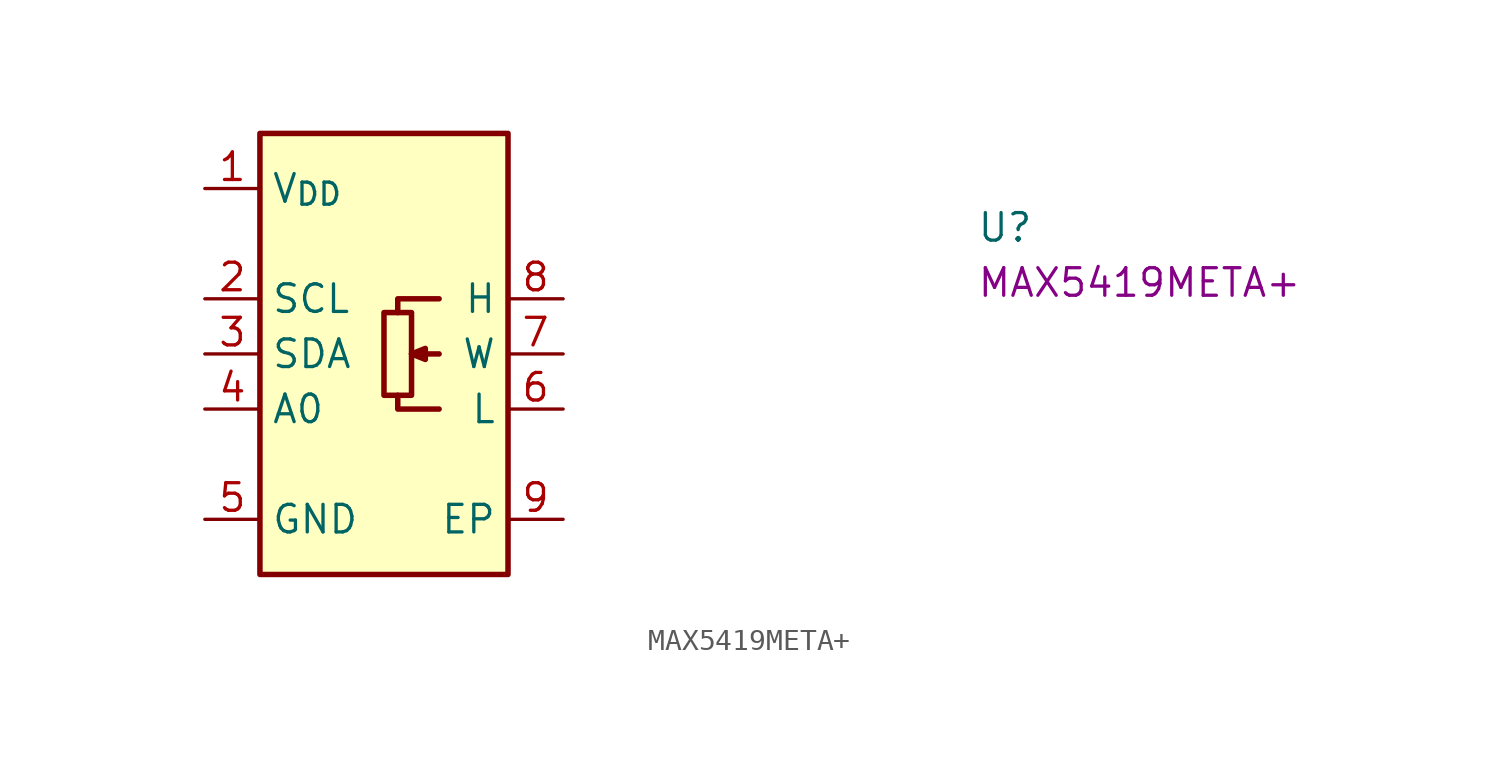
<source format=kicad_sym>
(kicad_symbol_lib
  (version 20220914)
  (generator kicad_symbol_editor)
  (symbol "MAX5419META+"
    (property "Reference" "U"
      (at 35.56 -2.54 0)
      (effects (font (size 1.27 1.27) (thickness 0.15)) (justify left bottom)))
    (property "MPN" "MAX5419META+"
      (at 35.56 -5.08 0)
      (effects (font (size 1.27 1.27) (thickness 0.15)) (justify left bottom)))
    (symbol "MAX5419META+_1_1"
      (polyline (pts (xy 10.795 -7.62) (xy 9.525 -7.62)) (stroke (width 0.254) (type default)) (fill (type background)))
      (polyline (pts (xy 8.89 -9.525) (xy 8.89 -10.16) (xy 10.795 -10.16)) (stroke (width 0.254) (type default)) (fill (type background)))
      (polyline (pts (xy 10.795 -5.08) (xy 8.89 -5.08) (xy 8.89 -5.715)) (stroke (width 0.254) (type default)) (fill (type background)))
      (polyline (pts (xy 9.525 -7.62) (xy 10.16 -7.366) (xy 10.16 -7.874) (xy 9.525 -7.62)) (stroke (width 0.254) (type default)) (fill (type background)))
      (rectangle (start 2.54 2.54) (end 13.97 -17.78) (stroke (width 0.254) (type default)) (fill (type background)))
      (rectangle (start 9.525 -5.715) (end 8.255 -9.525) (stroke (width 0.254) (type default)) (fill (type background)))
      (pin power_in line (at 0 0 0) (length 2.54) (name "V_{DD}" (effects (font (size 1.27 1.27)))) (number "1" (effects (font (size 1.27 1.27)))))
      (pin input line (at 0 -5.08 0) (length 2.54) (name "SCL" (effects (font (size 1.27 1.27)))) (number "2" (effects (font (size 1.27 1.27)))) (alternate "NC" no_connect line))
      (pin bidirectional line (at 0 -7.62 0) (length 2.54) (name "SDA" (effects (font (size 1.27 1.27)))) (number "3" (effects (font (size 1.27 1.27)))) (alternate "SDA" bidirectional line))
      (pin passive line (at 0 -10.16 0) (length 2.54) (name "A0" (effects (font (size 1.27 1.27)))) (number "4" (effects (font (size 1.27 1.27)))) (alternate "SCL" input line))
      (pin power_in line (at 0 -15.24 0) (length 2.54) (name "GND" (effects (font (size 1.27 1.27)))) (number "5" (effects (font (size 1.27 1.27)))))
      (pin passive line (at 16.51 -10.16 180) (length 2.54) (name "L" (effects (font (size 1.27 1.27)))) (number "6" (effects (font (size 1.27 1.27)))))
      (pin passive line (at 16.51 -7.62 180) (length 2.54) (name "W" (effects (font (size 1.27 1.27)))) (number "7" (effects (font (size 1.27 1.27)))))
      (pin passive line (at 16.51 -5.08 180) (length 2.54) (name "H" (effects (font (size 1.27 1.27)))) (number "8" (effects (font (size 1.27 1.27)))))
      (pin power_in line (at 16.51 -15.24 180) (length 2.54) (name "EP" (effects (font (size 1.27 1.27)))) (number "9" (effects (font (size 1.27 1.27))))))))
</source>
